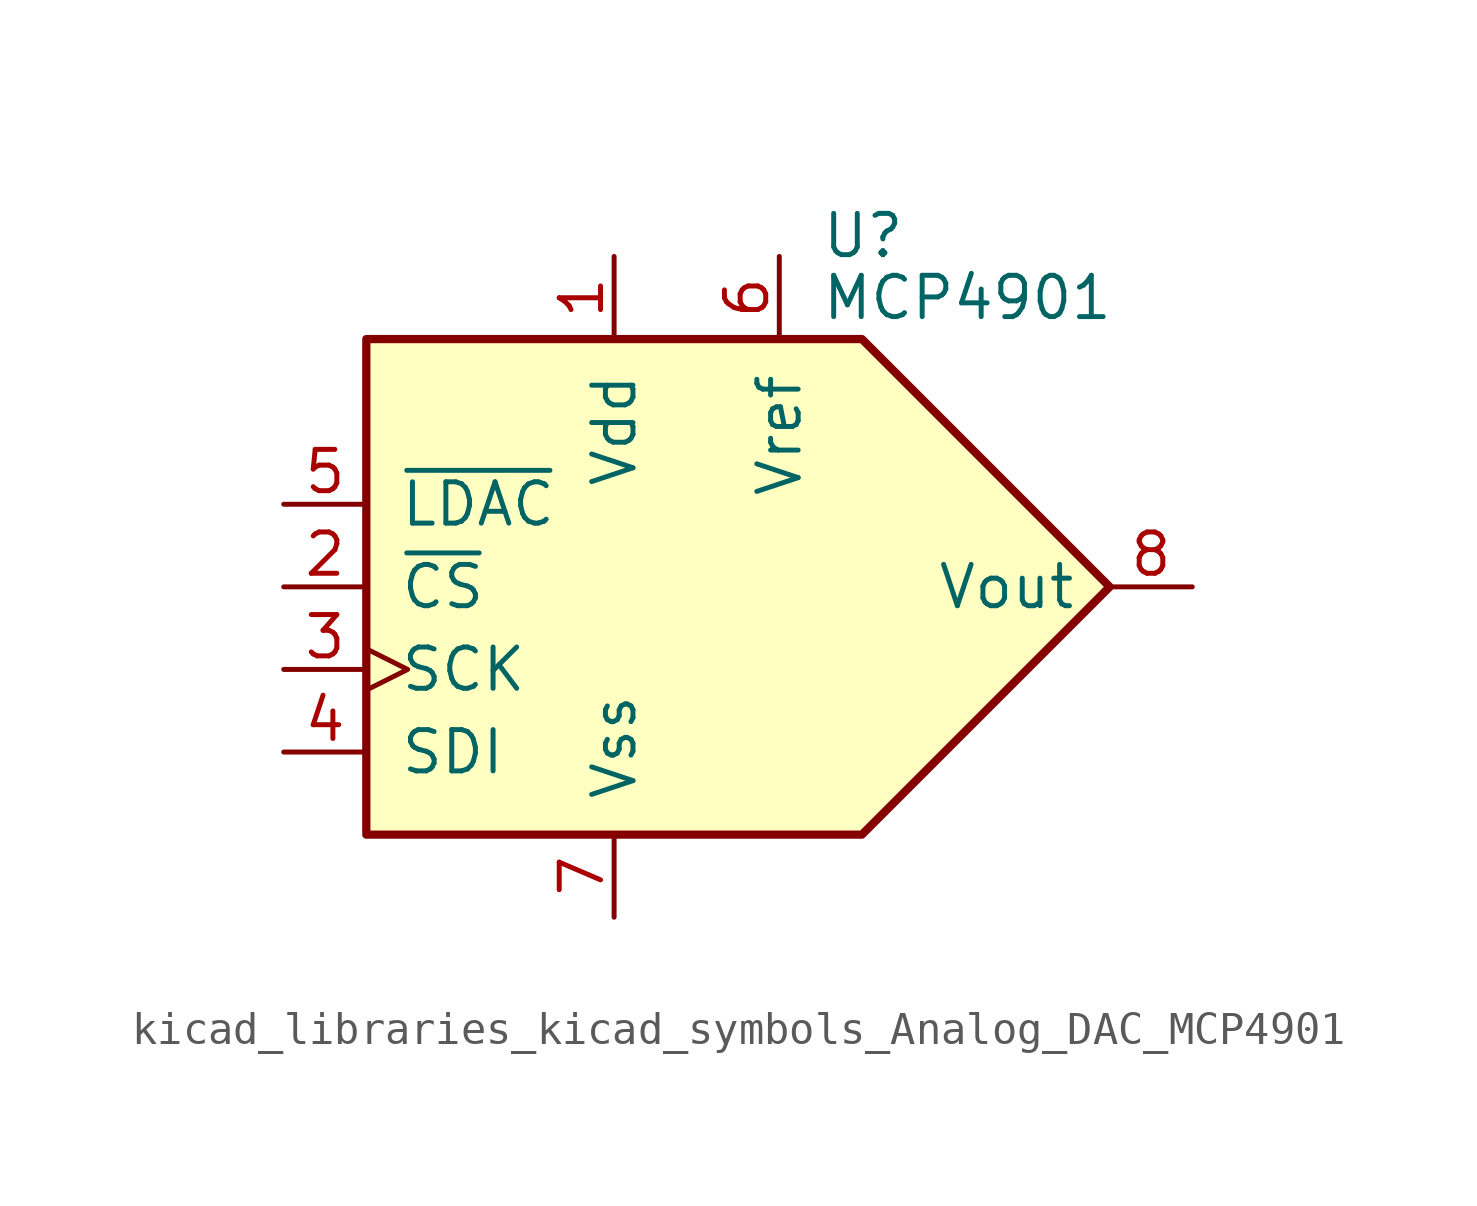
<source format=kicad_sym>
(kicad_symbol_lib
  (version 20220914)
  (generator kicad_symbol_editor)
  (symbol "kicad_libraries_kicad_symbols_Analog_DAC_MCP4901"
    (pin_names
      (offset 1.016))
    (property "Reference" "U"
      (at 6.35 10.795 0)
      (effects (font (size 1.27 1.27)) (justify left)))
    (property "Value" "MCP4901"
      (at 6.35 8.89 0)
      (effects (font (size 1.27 1.27)) (justify left)))
    (symbol "kicad_libraries_kicad_symbols_Analog_DAC_MCP4901_0_0"
      (polyline (pts (xy 15.24 0) (xy 7.62 7.62) (xy -7.62 7.62) (xy -7.62 -7.62) (xy 7.62 -7.62) (xy 15.24 0)) (stroke (width 0.254) (type default)) (fill (type background))))
    (symbol "kicad_libraries_kicad_symbols_Analog_DAC_MCP4901_1_1"
      (pin power_in line (at 0 10.16 270) (length 2.54) (name "Vdd" (effects (font (size 1.27 1.27)))) (number "1" (effects (font (size 1.27 1.27)))))
      (pin input line (at -10.16 0 0) (length 2.54) (name "~{CS}" (effects (font (size 1.27 1.27)))) (number "2" (effects (font (size 1.27 1.27)))))
      (pin input clock (at -10.16 -2.54 0) (length 2.54) (name "SCK" (effects (font (size 1.27 1.27)))) (number "3" (effects (font (size 1.27 1.27)))))
      (pin input line (at -10.16 -5.08 0) (length 2.54) (name "SDI" (effects (font (size 1.27 1.27)))) (number "4" (effects (font (size 1.27 1.27)))))
      (pin input line (at -10.16 2.54 0) (length 2.54) (name "~{LDAC}" (effects (font (size 1.27 1.27)))) (number "5" (effects (font (size 1.27 1.27)))))
      (pin power_in line (at 5.08 10.16 270) (length 2.54) (name "Vref" (effects (font (size 1.27 1.27)))) (number "6" (effects (font (size 1.27 1.27)))))
      (pin power_in line (at 0 -10.16 90) (length 2.54) (name "Vss" (effects (font (size 1.27 1.27)))) (number "7" (effects (font (size 1.27 1.27)))))
      (pin output line (at 17.78 0 180) (length 2.54) (name "Vout" (effects (font (size 1.27 1.27)))) (number "8" (effects (font (size 1.27 1.27))))))))
</source>
